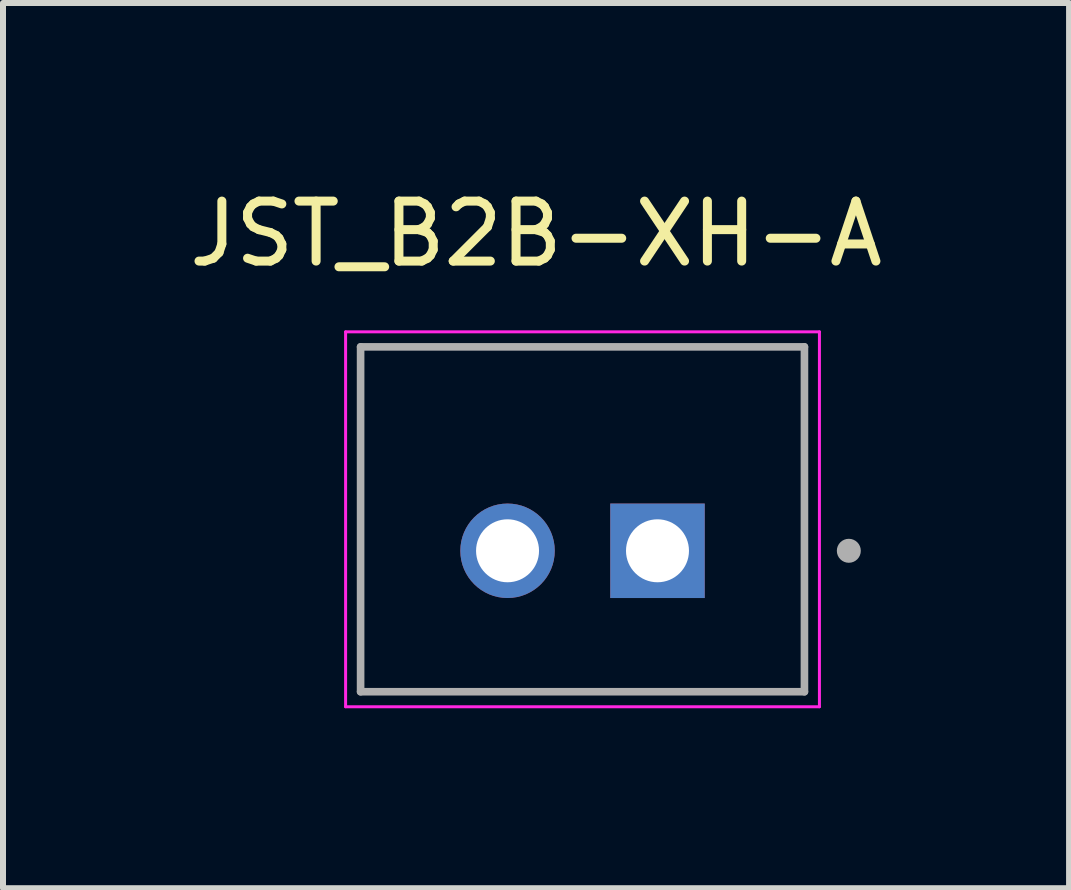
<source format=kicad_pcb>
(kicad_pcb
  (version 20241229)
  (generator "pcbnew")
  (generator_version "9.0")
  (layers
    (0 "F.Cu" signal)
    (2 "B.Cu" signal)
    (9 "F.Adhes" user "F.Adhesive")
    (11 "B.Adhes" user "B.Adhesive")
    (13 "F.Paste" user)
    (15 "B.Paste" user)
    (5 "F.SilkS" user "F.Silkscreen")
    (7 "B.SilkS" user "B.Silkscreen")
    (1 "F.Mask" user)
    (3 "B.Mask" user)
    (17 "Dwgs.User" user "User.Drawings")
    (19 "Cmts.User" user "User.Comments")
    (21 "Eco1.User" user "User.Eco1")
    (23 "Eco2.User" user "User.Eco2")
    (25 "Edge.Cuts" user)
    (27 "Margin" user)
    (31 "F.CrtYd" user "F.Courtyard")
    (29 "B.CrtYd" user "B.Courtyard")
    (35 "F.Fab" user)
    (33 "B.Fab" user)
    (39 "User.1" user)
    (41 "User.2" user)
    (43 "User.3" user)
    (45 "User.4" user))
  (footprint "JST_B2B-XH-A"
    (layer "F.Cu")
    (at 6.662 5.608)
    (property "Reference" "JST_B2B-XH-A" (at -0.775 -4.76 0) (layer "F.SilkS") (effects (font (size 1 1) (thickness 0.15))))
    (attr through_hole)
    (fp_line (start -3.95 -3.125) (end -3.95 3.125) (stroke (width 0.05) (type solid)) (layer "F.CrtYd"))
    (fp_line (start -3.95 3.125) (end 3.95 3.125) (stroke (width 0.05) (type solid)) (layer "F.CrtYd"))
    (fp_line (start 3.95 -3.125) (end -3.95 -3.125) (stroke (width 0.05) (type solid)) (layer "F.CrtYd"))
    (fp_line (start 3.95 3.125) (end 3.95 -3.125) (stroke (width 0.05) (type solid)) (layer "F.CrtYd"))
    (fp_line (start -3.7 -2.875) (end 3.7 -2.875) (stroke (width 0.127) (type solid)) (layer "F.Fab"))
    (fp_line (start -3.7 2.875) (end -3.7 -2.875) (stroke (width 0.127) (type solid)) (layer "F.Fab"))
    (fp_line (start 3.7 -2.875) (end 3.7 2.875) (stroke (width 0.127) (type solid)) (layer "F.Fab"))
    (fp_line (start 3.7 2.875) (end -3.7 2.875) (stroke (width 0.127) (type solid)) (layer "F.Fab"))
    (fp_circle (center 4.44 0.525) (end 4.54 0.525) (stroke (width 0.2) (type solid)) (fill no) (layer "F.Fab"))
    (pad "1" thru_hole rect (at 1.25 0.525) (size 1.575 1.575) (drill 1.05) (layers "*.Cu" "*.Mask"))
    (pad "2" thru_hole circle (at -1.25 0.525) (size 1.575 1.575) (drill 1.05) (layers "*.Cu" "*.Mask")))
  (gr_rect
    (start -3 -3)
    (end 14.774 11.758)
    (stroke (width 0.1) (type default))
    (fill no)
    (layer "Edge.Cuts")))
</source>
